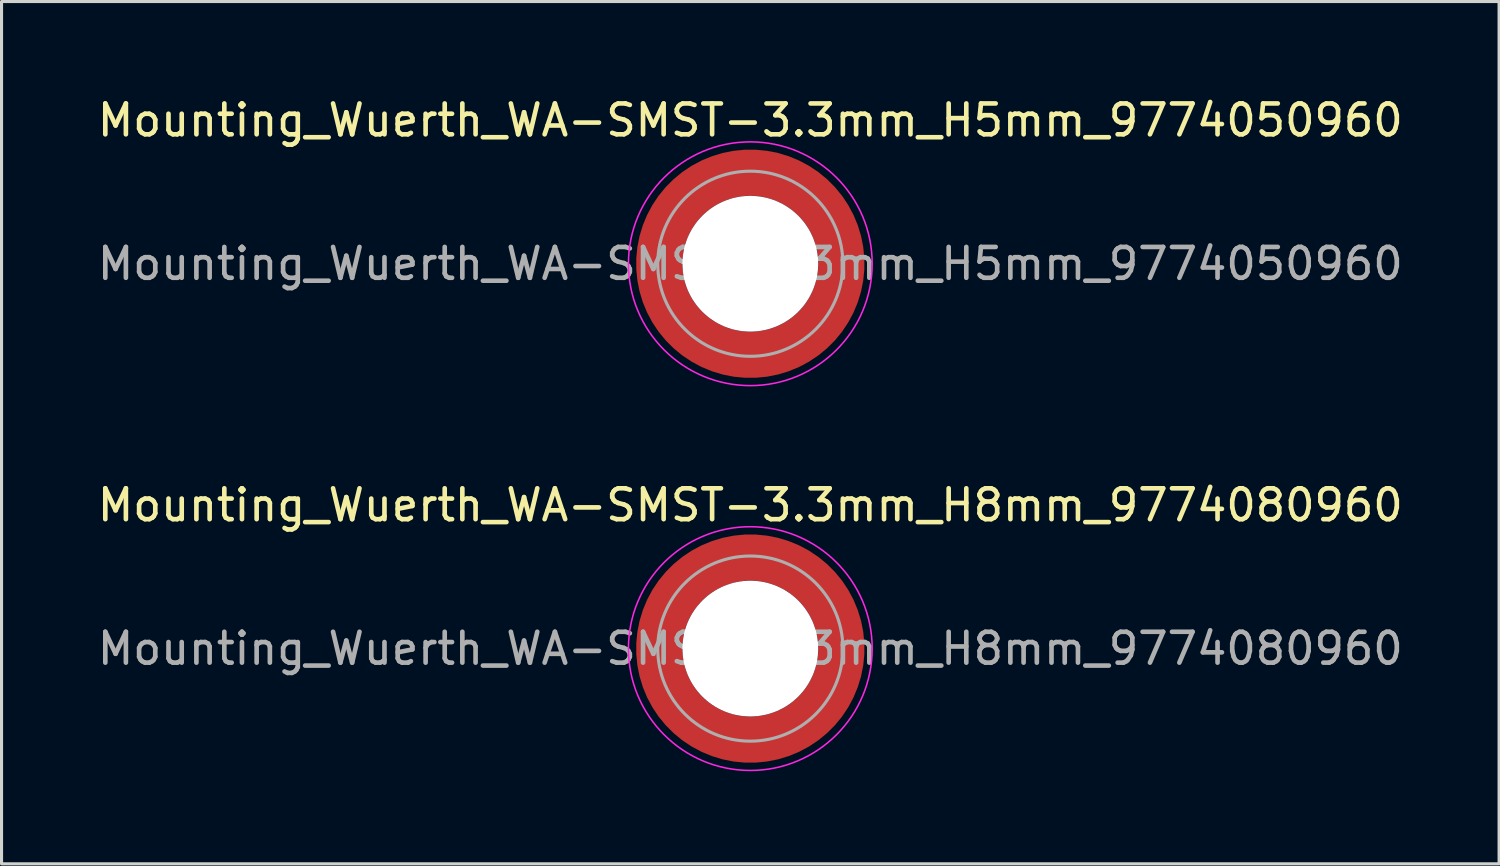
<source format=kicad_pcb>
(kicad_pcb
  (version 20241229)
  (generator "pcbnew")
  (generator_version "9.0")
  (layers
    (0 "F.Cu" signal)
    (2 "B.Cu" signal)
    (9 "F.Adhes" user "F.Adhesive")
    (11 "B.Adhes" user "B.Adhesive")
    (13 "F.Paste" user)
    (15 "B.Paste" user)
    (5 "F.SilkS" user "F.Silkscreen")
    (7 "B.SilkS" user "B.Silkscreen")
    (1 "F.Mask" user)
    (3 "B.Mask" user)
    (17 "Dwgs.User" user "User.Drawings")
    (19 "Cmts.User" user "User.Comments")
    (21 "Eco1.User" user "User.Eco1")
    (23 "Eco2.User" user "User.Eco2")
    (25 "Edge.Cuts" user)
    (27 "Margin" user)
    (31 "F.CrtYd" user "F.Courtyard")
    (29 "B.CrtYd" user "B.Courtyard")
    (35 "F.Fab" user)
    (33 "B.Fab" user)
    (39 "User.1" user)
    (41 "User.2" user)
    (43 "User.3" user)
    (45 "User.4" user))
  (footprint "Mounting_Wuerth_WA-SMST-3.3mm_H8mm_9774080960"
    (layer "F.Cu")
    (at 21.268 17.971)
    (property "Reference" "Mounting_Wuerth_WA-SMST-3.3mm_H8mm_9774080960" (at 0 -4.65 0) (layer "F.SilkS") (effects (font (size 1 1) (thickness 0.15))))
    (attr smd)
    (fp_circle (center 0 0) (end 3.95 0) (stroke (width 0.05) (type solid)) (fill no) (layer "F.CrtYd"))
    (fp_circle (center 0 0) (end 3 0) (stroke (width 0.1) (type solid)) (fill no) (layer "F.Fab"))
    (fp_text user "${REFERENCE}" (at 0 0 0) (layer "F.Fab") (effects (font (size 1 1) (thickness 0.15))))
    (pad "" smd custom (at -2.058 -2.058) (size 0.7 0.7) (layers "F.Paste") (options (anchor circle)) (primitives (gr_arc (start -0.377294 1.707681) (mid 0.317578 0.318817) (end 1.705947 -0.377044) (width 0.2)) (gr_arc (start -0.478281 1.707681) (mid 0.246161 0.248814) (end 1.703965 -0.477765) (width 0.2)) (gr_arc (start -0.579192 1.707681) (mid 0.175492 0.178063) (end 1.704077 -0.578711) (width 0.2)) (gr_arc (start -0.680037 1.707681) (mid 0.105568 0.106564) (end 1.706284 -0.679858) (width 0.2)) (gr_arc (start -0.780822 1.707681) (mid 0.034627 0.036085) (end 1.705634 -0.780569) (width 0.2)) (gr_arc (start -0.881554 1.707681) (mid -0.035694 -0.035016) (end 1.706729 -0.881441) (width 0.2)) (gr_arc (start -0.982237 1.707681) (mid -0.107281 -0.10485) (end 1.704266 -0.981843) (width 0.2)) (gr_arc (start -1.082877 1.707681) (mid -0.178372 -0.175181) (end 1.703197 -1.082374) (width 0.2)) (gr_arc (start -1.183476 1.707681) (mid -0.248964 -0.246008) (end 1.703525 -1.183025) (width 0.2)) (gr_arc (start -1.28404 1.707681) (mid -0.319062 -0.317334) (end 1.70525 -1.283784) (width 0.2)) (gr_line (start 1.708 -0.377) (end 1.708 -1.284) (width 0.2)) (gr_line (start -0.377 1.708) (end -1.284 1.708) (width 0.2))))
    (pad "" smd custom (at -2.058 2.058) (size 0.7 0.7) (layers "F.Paste") (options (anchor circle)) (primitives (gr_arc (start 1.707681 0.377294) (mid 0.318817 -0.317578) (end -0.377044 -1.705947) (width 0.2)) (gr_arc (start 1.707681 0.478281) (mid 0.248814 -0.246161) (end -0.477765 -1.703965) (width 0.2)) (gr_arc (start 1.707681 0.579192) (mid 0.178063 -0.175492) (end -0.578711 -1.704077) (width 0.2)) (gr_arc (start 1.707681 0.680037) (mid 0.106564 -0.105568) (end -0.679858 -1.706284) (width 0.2)) (gr_arc (start 1.707681 0.780822) (mid 0.036085 -0.034626) (end -0.780569 -1.705634) (width 0.2)) (gr_arc (start 1.707681 0.881554) (mid -0.035016 0.035694) (end -0.881441 -1.706729) (width 0.2)) (gr_arc (start 1.707681 0.982237) (mid -0.10485 0.107281) (end -0.981842 -1.704266) (width 0.2)) (gr_arc (start 1.707681 1.082877) (mid -0.175181 0.178372) (end -1.082374 -1.703197) (width 0.2)) (gr_arc (start 1.707681 1.183476) (mid -0.246008 0.248964) (end -1.183025 -1.703525) (width 0.2)) (gr_arc (start 1.707681 1.28404) (mid -0.317334 0.319062) (end -1.283784 -1.70525) (width 0.2)) (gr_line (start -0.377 -1.708) (end -1.284 -1.708) (width 0.2)) (gr_line (start 1.708 0.377) (end 1.708 1.284) (width 0.2))))
    (pad "" np_thru_hole circle (at 0 0) (size 4.4 4.4) (drill 4.4) (layers "*.Cu" "*.Mask"))
    (pad "" smd custom (at 2.058 -2.058) (size 0.7 0.7) (layers "F.Paste") (options (anchor circle)) (primitives (gr_arc (start -1.707681 -0.377294) (mid -0.318817 0.317579) (end 0.377044 1.705947) (width 0.2)) (gr_arc (start -1.707681 -0.478281) (mid -0.248814 0.246161) (end 0.477765 1.703965) (width 0.2)) (gr_arc (start -1.707681 -0.579192) (mid -0.178063 0.175492) (end 0.578711 1.704077) (width 0.2)) (gr_arc (start -1.707681 -0.680037) (mid -0.106564 0.105568) (end 0.679858 1.706284) (width 0.2)) (gr_arc (start -1.707681 -0.780822) (mid -0.036085 0.034627) (end 0.780569 1.705634) (width 0.2)) (gr_arc (start -1.707681 -0.881554) (mid 0.035016 -0.035694) (end 0.881441 1.706729) (width 0.2)) (gr_arc (start -1.707681 -0.982237) (mid 0.10485 -0.107281) (end 0.981843 1.704266) (width 0.2)) (gr_arc (start -1.707681 -1.082877) (mid 0.175181 -0.178372) (end 1.082374 1.703197) (width 0.2)) (gr_arc (start -1.707681 -1.183476) (mid 0.246008 -0.248964) (end 1.183025 1.703525) (width 0.2)) (gr_arc (start -1.707681 -1.28404) (mid 0.317333 -0.319062) (end 1.283784 1.70525) (width 0.2)) (gr_line (start 0.377 1.708) (end 1.284 1.708) (width 0.2)) (gr_line (start -1.708 -0.377) (end -1.708 -1.284) (width 0.2))))
    (pad "" smd custom (at 2.058 2.058) (size 0.7 0.7) (layers "F.Paste") (options (anchor circle)) (primitives (gr_arc (start 0.377294 -1.707681) (mid -0.317579 -0.318817) (end -1.705947 0.377044) (width 0.2)) (gr_arc (start 0.478281 -1.707681) (mid -0.246161 -0.248814) (end -1.703965 0.477765) (width 0.2)) (gr_arc (start 0.579192 -1.707681) (mid -0.175492 -0.178063) (end -1.704077 0.578711) (width 0.2)) (gr_arc (start 0.680037 -1.707681) (mid -0.105568 -0.106564) (end -1.706284 0.679858) (width 0.2)) (gr_arc (start 0.780822 -1.707681) (mid -0.034627 -0.036085) (end -1.705634 0.780569) (width 0.2)) (gr_arc (start 0.881554 -1.707681) (mid 0.035694 0.035016) (end -1.706729 0.881441) (width 0.2)) (gr_arc (start 0.982237 -1.707681) (mid 0.107281 0.10485) (end -1.704266 0.981843) (width 0.2)) (gr_arc (start 1.082877 -1.707681) (mid 0.178372 0.175181) (end -1.703197 1.082374) (width 0.2)) (gr_arc (start 1.183476 -1.707681) (mid 0.248964 0.246008) (end -1.703525 1.183025) (width 0.2)) (gr_arc (start 1.28404 -1.707681) (mid 0.319062 0.317333) (end -1.70525 1.283784) (width 0.2)) (gr_line (start -1.708 0.377) (end -1.708 1.284) (width 0.2)) (gr_line (start 0.377 -1.708) (end 1.284 -1.708) (width 0.2))))
    (pad "1" smd circle (at -2.95 0) (size 1.1 1.1) (layers "F.Cu"))
    (pad "1" smd circle (at 0 -2.95) (size 1.1 1.1) (layers "F.Cu"))
    (pad "1" smd circle (at 0 2.95) (size 1.1 1.1) (layers "F.Cu"))
    (pad "1" smd custom (at 2.95 0) (size 1.1 1.1) (layers "F.Cu" "F.Mask") (options (anchor circle)) (primitives (gr_circle (center -2.95 0) (end 0 0) (width 1.5) (fill no)))))
  (footprint "Mounting_Wuerth_WA-SMST-3.3mm_H5mm_9774050960"
    (layer "F.Cu")
    (at 21.268 5.498)
    (property "Reference" "Mounting_Wuerth_WA-SMST-3.3mm_H5mm_9774050960" (at 0 -4.65 0) (layer "F.SilkS") (effects (font (size 1 1) (thickness 0.15))))
    (attr smd)
    (fp_circle (center 0 0) (end 3.95 0) (stroke (width 0.05) (type solid)) (fill no) (layer "F.CrtYd"))
    (fp_circle (center 0 0) (end 3 0) (stroke (width 0.1) (type solid)) (fill no) (layer "F.Fab"))
    (fp_text user "${REFERENCE}" (at 0 0 0) (layer "F.Fab") (effects (font (size 1 1) (thickness 0.15))))
    (pad "" smd custom (at -2.058 -2.058) (size 0.7 0.7) (layers "F.Paste") (options (anchor circle)) (primitives (gr_arc (start -0.377294 1.707681) (mid 0.317578 0.318817) (end 1.705947 -0.377044) (width 0.2)) (gr_arc (start -0.478281 1.707681) (mid 0.246161 0.248814) (end 1.703965 -0.477765) (width 0.2)) (gr_arc (start -0.579192 1.707681) (mid 0.175492 0.178063) (end 1.704077 -0.578711) (width 0.2)) (gr_arc (start -0.680037 1.707681) (mid 0.105568 0.106564) (end 1.706284 -0.679858) (width 0.2)) (gr_arc (start -0.780822 1.707681) (mid 0.034627 0.036085) (end 1.705634 -0.780569) (width 0.2)) (gr_arc (start -0.881554 1.707681) (mid -0.035694 -0.035016) (end 1.706729 -0.881441) (width 0.2)) (gr_arc (start -0.982237 1.707681) (mid -0.107281 -0.10485) (end 1.704266 -0.981843) (width 0.2)) (gr_arc (start -1.082877 1.707681) (mid -0.178372 -0.175181) (end 1.703197 -1.082374) (width 0.2)) (gr_arc (start -1.183476 1.707681) (mid -0.248964 -0.246008) (end 1.703525 -1.183025) (width 0.2)) (gr_arc (start -1.28404 1.707681) (mid -0.319062 -0.317334) (end 1.70525 -1.283784) (width 0.2)) (gr_line (start 1.708 -0.377) (end 1.708 -1.284) (width 0.2)) (gr_line (start -0.377 1.708) (end -1.284 1.708) (width 0.2))))
    (pad "" smd custom (at -2.058 2.058) (size 0.7 0.7) (layers "F.Paste") (options (anchor circle)) (primitives (gr_arc (start 1.707681 0.377294) (mid 0.318817 -0.317578) (end -0.377044 -1.705947) (width 0.2)) (gr_arc (start 1.707681 0.478281) (mid 0.248814 -0.246161) (end -0.477765 -1.703965) (width 0.2)) (gr_arc (start 1.707681 0.579192) (mid 0.178063 -0.175492) (end -0.578711 -1.704077) (width 0.2)) (gr_arc (start 1.707681 0.680037) (mid 0.106564 -0.105568) (end -0.679858 -1.706284) (width 0.2)) (gr_arc (start 1.707681 0.780822) (mid 0.036085 -0.034626) (end -0.780569 -1.705634) (width 0.2)) (gr_arc (start 1.707681 0.881554) (mid -0.035016 0.035694) (end -0.881441 -1.706729) (width 0.2)) (gr_arc (start 1.707681 0.982237) (mid -0.10485 0.107281) (end -0.981842 -1.704266) (width 0.2)) (gr_arc (start 1.707681 1.082877) (mid -0.175181 0.178372) (end -1.082374 -1.703197) (width 0.2)) (gr_arc (start 1.707681 1.183476) (mid -0.246008 0.248964) (end -1.183025 -1.703525) (width 0.2)) (gr_arc (start 1.707681 1.28404) (mid -0.317334 0.319062) (end -1.283784 -1.70525) (width 0.2)) (gr_line (start -0.377 -1.708) (end -1.284 -1.708) (width 0.2)) (gr_line (start 1.708 0.377) (end 1.708 1.284) (width 0.2))))
    (pad "" np_thru_hole circle (at 0 0) (size 4.4 4.4) (drill 4.4) (layers "*.Cu" "*.Mask"))
    (pad "" smd custom (at 2.058 -2.058) (size 0.7 0.7) (layers "F.Paste") (options (anchor circle)) (primitives (gr_arc (start -1.707681 -0.377294) (mid -0.318817 0.317579) (end 0.377044 1.705947) (width 0.2)) (gr_arc (start -1.707681 -0.478281) (mid -0.248814 0.246161) (end 0.477765 1.703965) (width 0.2)) (gr_arc (start -1.707681 -0.579192) (mid -0.178063 0.175492) (end 0.578711 1.704077) (width 0.2)) (gr_arc (start -1.707681 -0.680037) (mid -0.106564 0.105568) (end 0.679858 1.706284) (width 0.2)) (gr_arc (start -1.707681 -0.780822) (mid -0.036085 0.034627) (end 0.780569 1.705634) (width 0.2)) (gr_arc (start -1.707681 -0.881554) (mid 0.035016 -0.035694) (end 0.881441 1.706729) (width 0.2)) (gr_arc (start -1.707681 -0.982237) (mid 0.10485 -0.107281) (end 0.981843 1.704266) (width 0.2)) (gr_arc (start -1.707681 -1.082877) (mid 0.175181 -0.178372) (end 1.082374 1.703197) (width 0.2)) (gr_arc (start -1.707681 -1.183476) (mid 0.246008 -0.248964) (end 1.183025 1.703525) (width 0.2)) (gr_arc (start -1.707681 -1.28404) (mid 0.317333 -0.319062) (end 1.283784 1.70525) (width 0.2)) (gr_line (start 0.377 1.708) (end 1.284 1.708) (width 0.2)) (gr_line (start -1.708 -0.377) (end -1.708 -1.284) (width 0.2))))
    (pad "" smd custom (at 2.058 2.058) (size 0.7 0.7) (layers "F.Paste") (options (anchor circle)) (primitives (gr_arc (start 0.377294 -1.707681) (mid -0.317579 -0.318817) (end -1.705947 0.377044) (width 0.2)) (gr_arc (start 0.478281 -1.707681) (mid -0.246161 -0.248814) (end -1.703965 0.477765) (width 0.2)) (gr_arc (start 0.579192 -1.707681) (mid -0.175492 -0.178063) (end -1.704077 0.578711) (width 0.2)) (gr_arc (start 0.680037 -1.707681) (mid -0.105568 -0.106564) (end -1.706284 0.679858) (width 0.2)) (gr_arc (start 0.780822 -1.707681) (mid -0.034627 -0.036085) (end -1.705634 0.780569) (width 0.2)) (gr_arc (start 0.881554 -1.707681) (mid 0.035694 0.035016) (end -1.706729 0.881441) (width 0.2)) (gr_arc (start 0.982237 -1.707681) (mid 0.107281 0.10485) (end -1.704266 0.981843) (width 0.2)) (gr_arc (start 1.082877 -1.707681) (mid 0.178372 0.175181) (end -1.703197 1.082374) (width 0.2)) (gr_arc (start 1.183476 -1.707681) (mid 0.248964 0.246008) (end -1.703525 1.183025) (width 0.2)) (gr_arc (start 1.28404 -1.707681) (mid 0.319062 0.317333) (end -1.70525 1.283784) (width 0.2)) (gr_line (start -1.708 0.377) (end -1.708 1.284) (width 0.2)) (gr_line (start 0.377 -1.708) (end 1.284 -1.708) (width 0.2))))
    (pad "1" smd circle (at -2.95 0) (size 1.1 1.1) (layers "F.Cu"))
    (pad "1" smd circle (at 0 -2.95) (size 1.1 1.1) (layers "F.Cu"))
    (pad "1" smd circle (at 0 2.95) (size 1.1 1.1) (layers "F.Cu"))
    (pad "1" smd custom (at 2.95 0) (size 1.1 1.1) (layers "F.Cu" "F.Mask") (options (anchor circle)) (primitives (gr_circle (center -2.95 0) (end 0 0) (width 1.5) (fill no)))))
  (gr_rect
    (start -3 -3)
    (end 45.536 24.947)
    (stroke (width 0.1) (type default))
    (fill no)
    (layer "Edge.Cuts")))
</source>
